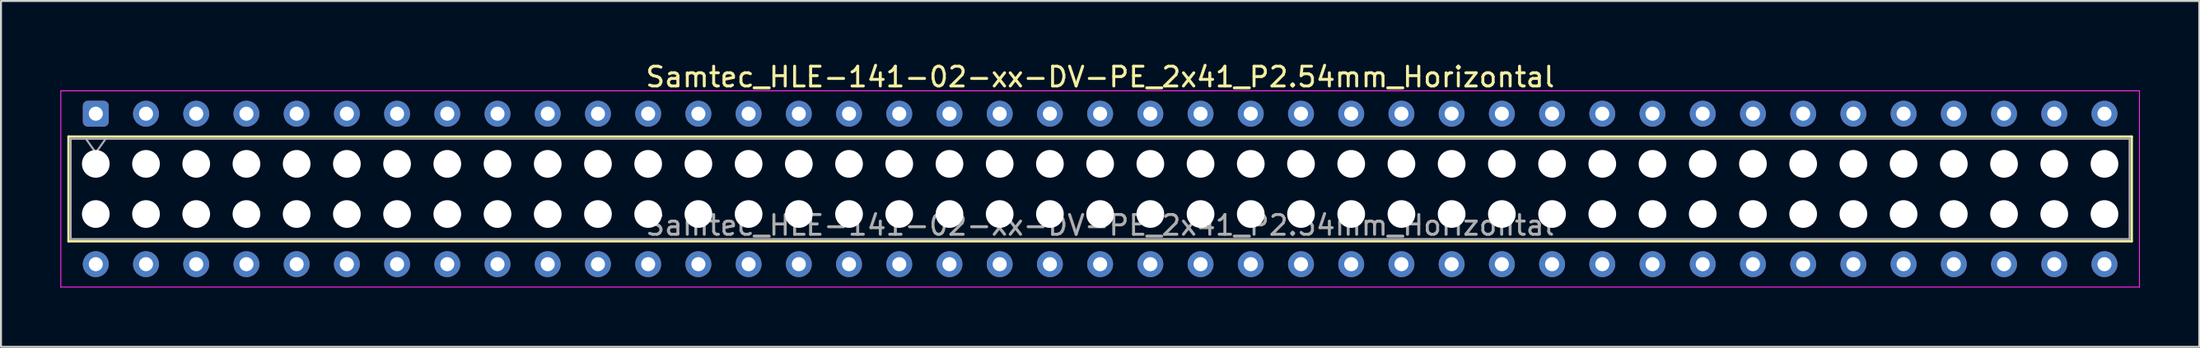
<source format=kicad_pcb>
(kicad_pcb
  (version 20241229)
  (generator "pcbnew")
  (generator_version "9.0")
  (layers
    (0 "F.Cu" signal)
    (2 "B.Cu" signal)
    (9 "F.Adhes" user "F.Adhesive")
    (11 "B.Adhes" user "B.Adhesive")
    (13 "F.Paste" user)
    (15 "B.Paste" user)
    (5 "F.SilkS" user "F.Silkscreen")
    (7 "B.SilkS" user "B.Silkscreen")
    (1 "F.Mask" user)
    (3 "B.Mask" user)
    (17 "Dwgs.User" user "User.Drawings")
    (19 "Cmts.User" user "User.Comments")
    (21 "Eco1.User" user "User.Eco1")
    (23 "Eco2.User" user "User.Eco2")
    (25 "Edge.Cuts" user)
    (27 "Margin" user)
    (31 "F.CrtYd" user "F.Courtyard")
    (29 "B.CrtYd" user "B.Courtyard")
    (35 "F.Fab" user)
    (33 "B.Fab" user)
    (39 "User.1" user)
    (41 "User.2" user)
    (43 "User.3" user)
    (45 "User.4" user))
  (footprint "Samtec_HLE-141-02-xx-DV-PE_2x41_P2.54mm_Horizontal"
    (layer "F.Cu")
    (at 1.795 2.708)
    (property "Reference" "Samtec_HLE-141-02-xx-DV-PE_2x41_P2.54mm_Horizontal" (at 50.8 -1.86 0) (layer "F.SilkS") (effects (font (size 1 1) (thickness 0.15))))
    (attr through_hole)
    (fp_line (start -1.38 1.16) (end 102.98 1.16) (stroke (width 0.12) (type solid)) (layer "F.SilkS"))
    (fp_line (start -1.38 6.46) (end -1.38 1.16) (stroke (width 0.12) (type solid)) (layer "F.SilkS"))
    (fp_line (start 102.98 1.16) (end 102.98 6.46) (stroke (width 0.12) (type solid)) (layer "F.SilkS"))
    (fp_line (start 102.98 6.46) (end -1.38 6.46) (stroke (width 0.12) (type solid)) (layer "F.SilkS"))
    (fp_line (start -1.77 -1.16) (end 103.37 -1.16) (stroke (width 0.05) (type solid)) (layer "F.CrtYd"))
    (fp_line (start -1.77 8.78) (end -1.77 -1.16) (stroke (width 0.05) (type solid)) (layer "F.CrtYd"))
    (fp_line (start 103.37 -1.16) (end 103.37 8.78) (stroke (width 0.05) (type solid)) (layer "F.CrtYd"))
    (fp_line (start 103.37 8.78) (end -1.77 8.78) (stroke (width 0.05) (type solid)) (layer "F.CrtYd"))
    (fp_line (start -1.27 1.27) (end 102.87 1.27) (stroke (width 0.1) (type solid)) (layer "F.Fab"))
    (fp_line (start -1.27 6.35) (end -1.27 1.27) (stroke (width 0.1) (type solid)) (layer "F.Fab"))
    (fp_line (start -0.5 1.27) (end 0 1.977) (stroke (width 0.1) (type solid)) (layer "F.Fab"))
    (fp_line (start 0 1.977) (end 0.5 1.27) (stroke (width 0.1) (type solid)) (layer "F.Fab"))
    (fp_line (start 102.87 1.27) (end 102.87 6.35) (stroke (width 0.1) (type solid)) (layer "F.Fab"))
    (fp_line (start 102.87 6.35) (end -1.27 6.35) (stroke (width 0.1) (type solid)) (layer "F.Fab"))
    (fp_text user "${REFERENCE}" (at 50.8 5.65 0) (layer "F.Fab") (effects (font (size 1 1) (thickness 0.15))))
    (pad "" np_thru_hole circle (at 0 2.54) (size 1.4 1.4) (drill 1.4) (layers "*.Cu" "*.Mask"))
    (pad "" np_thru_hole circle (at 0 5.08) (size 1.4 1.4) (drill 1.4) (layers "*.Cu" "*.Mask"))
    (pad "" np_thru_hole circle (at 2.54 2.54) (size 1.4 1.4) (drill 1.4) (layers "*.Cu" "*.Mask"))
    (pad "" np_thru_hole circle (at 2.54 5.08) (size 1.4 1.4) (drill 1.4) (layers "*.Cu" "*.Mask"))
    (pad "" np_thru_hole circle (at 5.08 2.54) (size 1.4 1.4) (drill 1.4) (layers "*.Cu" "*.Mask"))
    (pad "" np_thru_hole circle (at 5.08 5.08) (size 1.4 1.4) (drill 1.4) (layers "*.Cu" "*.Mask"))
    (pad "" np_thru_hole circle (at 7.62 2.54) (size 1.4 1.4) (drill 1.4) (layers "*.Cu" "*.Mask"))
    (pad "" np_thru_hole circle (at 7.62 5.08) (size 1.4 1.4) (drill 1.4) (layers "*.Cu" "*.Mask"))
    (pad "" np_thru_hole circle (at 10.16 2.54) (size 1.4 1.4) (drill 1.4) (layers "*.Cu" "*.Mask"))
    (pad "" np_thru_hole circle (at 10.16 5.08) (size 1.4 1.4) (drill 1.4) (layers "*.Cu" "*.Mask"))
    (pad "" np_thru_hole circle (at 12.7 2.54) (size 1.4 1.4) (drill 1.4) (layers "*.Cu" "*.Mask"))
    (pad "" np_thru_hole circle (at 12.7 5.08) (size 1.4 1.4) (drill 1.4) (layers "*.Cu" "*.Mask"))
    (pad "" np_thru_hole circle (at 15.24 2.54) (size 1.4 1.4) (drill 1.4) (layers "*.Cu" "*.Mask"))
    (pad "" np_thru_hole circle (at 15.24 5.08) (size 1.4 1.4) (drill 1.4) (layers "*.Cu" "*.Mask"))
    (pad "" np_thru_hole circle (at 17.78 2.54) (size 1.4 1.4) (drill 1.4) (layers "*.Cu" "*.Mask"))
    (pad "" np_thru_hole circle (at 17.78 5.08) (size 1.4 1.4) (drill 1.4) (layers "*.Cu" "*.Mask"))
    (pad "" np_thru_hole circle (at 20.32 2.54) (size 1.4 1.4) (drill 1.4) (layers "*.Cu" "*.Mask"))
    (pad "" np_thru_hole circle (at 20.32 5.08) (size 1.4 1.4) (drill 1.4) (layers "*.Cu" "*.Mask"))
    (pad "" np_thru_hole circle (at 22.86 2.54) (size 1.4 1.4) (drill 1.4) (layers "*.Cu" "*.Mask"))
    (pad "" np_thru_hole circle (at 22.86 5.08) (size 1.4 1.4) (drill 1.4) (layers "*.Cu" "*.Mask"))
    (pad "" np_thru_hole circle (at 25.4 2.54) (size 1.4 1.4) (drill 1.4) (layers "*.Cu" "*.Mask"))
    (pad "" np_thru_hole circle (at 25.4 5.08) (size 1.4 1.4) (drill 1.4) (layers "*.Cu" "*.Mask"))
    (pad "" np_thru_hole circle (at 27.94 2.54) (size 1.4 1.4) (drill 1.4) (layers "*.Cu" "*.Mask"))
    (pad "" np_thru_hole circle (at 27.94 5.08) (size 1.4 1.4) (drill 1.4) (layers "*.Cu" "*.Mask"))
    (pad "" np_thru_hole circle (at 30.48 2.54) (size 1.4 1.4) (drill 1.4) (layers "*.Cu" "*.Mask"))
    (pad "" np_thru_hole circle (at 30.48 5.08) (size 1.4 1.4) (drill 1.4) (layers "*.Cu" "*.Mask"))
    (pad "" np_thru_hole circle (at 33.02 2.54) (size 1.4 1.4) (drill 1.4) (layers "*.Cu" "*.Mask"))
    (pad "" np_thru_hole circle (at 33.02 5.08) (size 1.4 1.4) (drill 1.4) (layers "*.Cu" "*.Mask"))
    (pad "" np_thru_hole circle (at 35.56 2.54) (size 1.4 1.4) (drill 1.4) (layers "*.Cu" "*.Mask"))
    (pad "" np_thru_hole circle (at 35.56 5.08) (size 1.4 1.4) (drill 1.4) (layers "*.Cu" "*.Mask"))
    (pad "" np_thru_hole circle (at 38.1 2.54) (size 1.4 1.4) (drill 1.4) (layers "*.Cu" "*.Mask"))
    (pad "" np_thru_hole circle (at 38.1 5.08) (size 1.4 1.4) (drill 1.4) (layers "*.Cu" "*.Mask"))
    (pad "" np_thru_hole circle (at 40.64 2.54) (size 1.4 1.4) (drill 1.4) (layers "*.Cu" "*.Mask"))
    (pad "" np_thru_hole circle (at 40.64 5.08) (size 1.4 1.4) (drill 1.4) (layers "*.Cu" "*.Mask"))
    (pad "" np_thru_hole circle (at 43.18 2.54) (size 1.4 1.4) (drill 1.4) (layers "*.Cu" "*.Mask"))
    (pad "" np_thru_hole circle (at 43.18 5.08) (size 1.4 1.4) (drill 1.4) (layers "*.Cu" "*.Mask"))
    (pad "" np_thru_hole circle (at 45.72 2.54) (size 1.4 1.4) (drill 1.4) (layers "*.Cu" "*.Mask"))
    (pad "" np_thru_hole circle (at 45.72 5.08) (size 1.4 1.4) (drill 1.4) (layers "*.Cu" "*.Mask"))
    (pad "" np_thru_hole circle (at 48.26 2.54) (size 1.4 1.4) (drill 1.4) (layers "*.Cu" "*.Mask"))
    (pad "" np_thru_hole circle (at 48.26 5.08) (size 1.4 1.4) (drill 1.4) (layers "*.Cu" "*.Mask"))
    (pad "" np_thru_hole circle (at 50.8 2.54) (size 1.4 1.4) (drill 1.4) (layers "*.Cu" "*.Mask"))
    (pad "" np_thru_hole circle (at 50.8 5.08) (size 1.4 1.4) (drill 1.4) (layers "*.Cu" "*.Mask"))
    (pad "" np_thru_hole circle (at 53.34 2.54) (size 1.4 1.4) (drill 1.4) (layers "*.Cu" "*.Mask"))
    (pad "" np_thru_hole circle (at 53.34 5.08) (size 1.4 1.4) (drill 1.4) (layers "*.Cu" "*.Mask"))
    (pad "" np_thru_hole circle (at 55.88 2.54) (size 1.4 1.4) (drill 1.4) (layers "*.Cu" "*.Mask"))
    (pad "" np_thru_hole circle (at 55.88 5.08) (size 1.4 1.4) (drill 1.4) (layers "*.Cu" "*.Mask"))
    (pad "" np_thru_hole circle (at 58.42 2.54) (size 1.4 1.4) (drill 1.4) (layers "*.Cu" "*.Mask"))
    (pad "" np_thru_hole circle (at 58.42 5.08) (size 1.4 1.4) (drill 1.4) (layers "*.Cu" "*.Mask"))
    (pad "" np_thru_hole circle (at 60.96 2.54) (size 1.4 1.4) (drill 1.4) (layers "*.Cu" "*.Mask"))
    (pad "" np_thru_hole circle (at 60.96 5.08) (size 1.4 1.4) (drill 1.4) (layers "*.Cu" "*.Mask"))
    (pad "" np_thru_hole circle (at 63.5 2.54) (size 1.4 1.4) (drill 1.4) (layers "*.Cu" "*.Mask"))
    (pad "" np_thru_hole circle (at 63.5 5.08) (size 1.4 1.4) (drill 1.4) (layers "*.Cu" "*.Mask"))
    (pad "" np_thru_hole circle (at 66.04 2.54) (size 1.4 1.4) (drill 1.4) (layers "*.Cu" "*.Mask"))
    (pad "" np_thru_hole circle (at 66.04 5.08) (size 1.4 1.4) (drill 1.4) (layers "*.Cu" "*.Mask"))
    (pad "" np_thru_hole circle (at 68.58 2.54) (size 1.4 1.4) (drill 1.4) (layers "*.Cu" "*.Mask"))
    (pad "" np_thru_hole circle (at 68.58 5.08) (size 1.4 1.4) (drill 1.4) (layers "*.Cu" "*.Mask"))
    (pad "" np_thru_hole circle (at 71.12 2.54) (size 1.4 1.4) (drill 1.4) (layers "*.Cu" "*.Mask"))
    (pad "" np_thru_hole circle (at 71.12 5.08) (size 1.4 1.4) (drill 1.4) (layers "*.Cu" "*.Mask"))
    (pad "" np_thru_hole circle (at 73.66 2.54) (size 1.4 1.4) (drill 1.4) (layers "*.Cu" "*.Mask"))
    (pad "" np_thru_hole circle (at 73.66 5.08) (size 1.4 1.4) (drill 1.4) (layers "*.Cu" "*.Mask"))
    (pad "" np_thru_hole circle (at 76.2 2.54) (size 1.4 1.4) (drill 1.4) (layers "*.Cu" "*.Mask"))
    (pad "" np_thru_hole circle (at 76.2 5.08) (size 1.4 1.4) (drill 1.4) (layers "*.Cu" "*.Mask"))
    (pad "" np_thru_hole circle (at 78.74 2.54) (size 1.4 1.4) (drill 1.4) (layers "*.Cu" "*.Mask"))
    (pad "" np_thru_hole circle (at 78.74 5.08) (size 1.4 1.4) (drill 1.4) (layers "*.Cu" "*.Mask"))
    (pad "" np_thru_hole circle (at 81.28 2.54) (size 1.4 1.4) (drill 1.4) (layers "*.Cu" "*.Mask"))
    (pad "" np_thru_hole circle (at 81.28 5.08) (size 1.4 1.4) (drill 1.4) (layers "*.Cu" "*.Mask"))
    (pad "" np_thru_hole circle (at 83.82 2.54) (size 1.4 1.4) (drill 1.4) (layers "*.Cu" "*.Mask"))
    (pad "" np_thru_hole circle (at 83.82 5.08) (size 1.4 1.4) (drill 1.4) (layers "*.Cu" "*.Mask"))
    (pad "" np_thru_hole circle (at 86.36 2.54) (size 1.4 1.4) (drill 1.4) (layers "*.Cu" "*.Mask"))
    (pad "" np_thru_hole circle (at 86.36 5.08) (size 1.4 1.4) (drill 1.4) (layers "*.Cu" "*.Mask"))
    (pad "" np_thru_hole circle (at 88.9 2.54) (size 1.4 1.4) (drill 1.4) (layers "*.Cu" "*.Mask"))
    (pad "" np_thru_hole circle (at 88.9 5.08) (size 1.4 1.4) (drill 1.4) (layers "*.Cu" "*.Mask"))
    (pad "" np_thru_hole circle (at 91.44 2.54) (size 1.4 1.4) (drill 1.4) (layers "*.Cu" "*.Mask"))
    (pad "" np_thru_hole circle (at 91.44 5.08) (size 1.4 1.4) (drill 1.4) (layers "*.Cu" "*.Mask"))
    (pad "" np_thru_hole circle (at 93.98 2.54) (size 1.4 1.4) (drill 1.4) (layers "*.Cu" "*.Mask"))
    (pad "" np_thru_hole circle (at 93.98 5.08) (size 1.4 1.4) (drill 1.4) (layers "*.Cu" "*.Mask"))
    (pad "" np_thru_hole circle (at 96.52 2.54) (size 1.4 1.4) (drill 1.4) (layers "*.Cu" "*.Mask"))
    (pad "" np_thru_hole circle (at 96.52 5.08) (size 1.4 1.4) (drill 1.4) (layers "*.Cu" "*.Mask"))
    (pad "" np_thru_hole circle (at 99.06 2.54) (size 1.4 1.4) (drill 1.4) (layers "*.Cu" "*.Mask"))
    (pad "" np_thru_hole circle (at 99.06 5.08) (size 1.4 1.4) (drill 1.4) (layers "*.Cu" "*.Mask"))
    (pad "" np_thru_hole circle (at 101.6 2.54) (size 1.4 1.4) (drill 1.4) (layers "*.Cu" "*.Mask"))
    (pad "" np_thru_hole circle (at 101.6 5.08) (size 1.4 1.4) (drill 1.4) (layers "*.Cu" "*.Mask"))
    (pad "1" thru_hole roundrect (at 0 0) (size 1.31 1.31) (drill 0.71) (layers "*.Cu" "*.Mask") (roundrect_rratio 0.191))
    (pad "2" thru_hole circle (at 0 7.62) (size 1.31 1.31) (drill 0.71) (layers "*.Cu" "*.Mask"))
    (pad "3" thru_hole circle (at 2.54 0) (size 1.31 1.31) (drill 0.71) (layers "*.Cu" "*.Mask"))
    (pad "4" thru_hole circle (at 2.54 7.62) (size 1.31 1.31) (drill 0.71) (layers "*.Cu" "*.Mask"))
    (pad "5" thru_hole circle (at 5.08 0) (size 1.31 1.31) (drill 0.71) (layers "*.Cu" "*.Mask"))
    (pad "6" thru_hole circle (at 5.08 7.62) (size 1.31 1.31) (drill 0.71) (layers "*.Cu" "*.Mask"))
    (pad "7" thru_hole circle (at 7.62 0) (size 1.31 1.31) (drill 0.71) (layers "*.Cu" "*.Mask"))
    (pad "8" thru_hole circle (at 7.62 7.62) (size 1.31 1.31) (drill 0.71) (layers "*.Cu" "*.Mask"))
    (pad "9" thru_hole circle (at 10.16 0) (size 1.31 1.31) (drill 0.71) (layers "*.Cu" "*.Mask"))
    (pad "10" thru_hole circle (at 10.16 7.62) (size 1.31 1.31) (drill 0.71) (layers "*.Cu" "*.Mask"))
    (pad "11" thru_hole circle (at 12.7 0) (size 1.31 1.31) (drill 0.71) (layers "*.Cu" "*.Mask"))
    (pad "12" thru_hole circle (at 12.7 7.62) (size 1.31 1.31) (drill 0.71) (layers "*.Cu" "*.Mask"))
    (pad "13" thru_hole circle (at 15.24 0) (size 1.31 1.31) (drill 0.71) (layers "*.Cu" "*.Mask"))
    (pad "14" thru_hole circle (at 15.24 7.62) (size 1.31 1.31) (drill 0.71) (layers "*.Cu" "*.Mask"))
    (pad "15" thru_hole circle (at 17.78 0) (size 1.31 1.31) (drill 0.71) (layers "*.Cu" "*.Mask"))
    (pad "16" thru_hole circle (at 17.78 7.62) (size 1.31 1.31) (drill 0.71) (layers "*.Cu" "*.Mask"))
    (pad "17" thru_hole circle (at 20.32 0) (size 1.31 1.31) (drill 0.71) (layers "*.Cu" "*.Mask"))
    (pad "18" thru_hole circle (at 20.32 7.62) (size 1.31 1.31) (drill 0.71) (layers "*.Cu" "*.Mask"))
    (pad "19" thru_hole circle (at 22.86 0) (size 1.31 1.31) (drill 0.71) (layers "*.Cu" "*.Mask"))
    (pad "20" thru_hole circle (at 22.86 7.62) (size 1.31 1.31) (drill 0.71) (layers "*.Cu" "*.Mask"))
    (pad "21" thru_hole circle (at 25.4 0) (size 1.31 1.31) (drill 0.71) (layers "*.Cu" "*.Mask"))
    (pad "22" thru_hole circle (at 25.4 7.62) (size 1.31 1.31) (drill 0.71) (layers "*.Cu" "*.Mask"))
    (pad "23" thru_hole circle (at 27.94 0) (size 1.31 1.31) (drill 0.71) (layers "*.Cu" "*.Mask"))
    (pad "24" thru_hole circle (at 27.94 7.62) (size 1.31 1.31) (drill 0.71) (layers "*.Cu" "*.Mask"))
    (pad "25" thru_hole circle (at 30.48 0) (size 1.31 1.31) (drill 0.71) (layers "*.Cu" "*.Mask"))
    (pad "26" thru_hole circle (at 30.48 7.62) (size 1.31 1.31) (drill 0.71) (layers "*.Cu" "*.Mask"))
    (pad "27" thru_hole circle (at 33.02 0) (size 1.31 1.31) (drill 0.71) (layers "*.Cu" "*.Mask"))
    (pad "28" thru_hole circle (at 33.02 7.62) (size 1.31 1.31) (drill 0.71) (layers "*.Cu" "*.Mask"))
    (pad "29" thru_hole circle (at 35.56 0) (size 1.31 1.31) (drill 0.71) (layers "*.Cu" "*.Mask"))
    (pad "30" thru_hole circle (at 35.56 7.62) (size 1.31 1.31) (drill 0.71) (layers "*.Cu" "*.Mask"))
    (pad "31" thru_hole circle (at 38.1 0) (size 1.31 1.31) (drill 0.71) (layers "*.Cu" "*.Mask"))
    (pad "32" thru_hole circle (at 38.1 7.62) (size 1.31 1.31) (drill 0.71) (layers "*.Cu" "*.Mask"))
    (pad "33" thru_hole circle (at 40.64 0) (size 1.31 1.31) (drill 0.71) (layers "*.Cu" "*.Mask"))
    (pad "34" thru_hole circle (at 40.64 7.62) (size 1.31 1.31) (drill 0.71) (layers "*.Cu" "*.Mask"))
    (pad "35" thru_hole circle (at 43.18 0) (size 1.31 1.31) (drill 0.71) (layers "*.Cu" "*.Mask"))
    (pad "36" thru_hole circle (at 43.18 7.62) (size 1.31 1.31) (drill 0.71) (layers "*.Cu" "*.Mask"))
    (pad "37" thru_hole circle (at 45.72 0) (size 1.31 1.31) (drill 0.71) (layers "*.Cu" "*.Mask"))
    (pad "38" thru_hole circle (at 45.72 7.62) (size 1.31 1.31) (drill 0.71) (layers "*.Cu" "*.Mask"))
    (pad "39" thru_hole circle (at 48.26 0) (size 1.31 1.31) (drill 0.71) (layers "*.Cu" "*.Mask"))
    (pad "40" thru_hole circle (at 48.26 7.62) (size 1.31 1.31) (drill 0.71) (layers "*.Cu" "*.Mask"))
    (pad "41" thru_hole circle (at 50.8 0) (size 1.31 1.31) (drill 0.71) (layers "*.Cu" "*.Mask"))
    (pad "42" thru_hole circle (at 50.8 7.62) (size 1.31 1.31) (drill 0.71) (layers "*.Cu" "*.Mask"))
    (pad "43" thru_hole circle (at 53.34 0) (size 1.31 1.31) (drill 0.71) (layers "*.Cu" "*.Mask"))
    (pad "44" thru_hole circle (at 53.34 7.62) (size 1.31 1.31) (drill 0.71) (layers "*.Cu" "*.Mask"))
    (pad "45" thru_hole circle (at 55.88 0) (size 1.31 1.31) (drill 0.71) (layers "*.Cu" "*.Mask"))
    (pad "46" thru_hole circle (at 55.88 7.62) (size 1.31 1.31) (drill 0.71) (layers "*.Cu" "*.Mask"))
    (pad "47" thru_hole circle (at 58.42 0) (size 1.31 1.31) (drill 0.71) (layers "*.Cu" "*.Mask"))
    (pad "48" thru_hole circle (at 58.42 7.62) (size 1.31 1.31) (drill 0.71) (layers "*.Cu" "*.Mask"))
    (pad "49" thru_hole circle (at 60.96 0) (size 1.31 1.31) (drill 0.71) (layers "*.Cu" "*.Mask"))
    (pad "50" thru_hole circle (at 60.96 7.62) (size 1.31 1.31) (drill 0.71) (layers "*.Cu" "*.Mask"))
    (pad "51" thru_hole circle (at 63.5 0) (size 1.31 1.31) (drill 0.71) (layers "*.Cu" "*.Mask"))
    (pad "52" thru_hole circle (at 63.5 7.62) (size 1.31 1.31) (drill 0.71) (layers "*.Cu" "*.Mask"))
    (pad "53" thru_hole circle (at 66.04 0) (size 1.31 1.31) (drill 0.71) (layers "*.Cu" "*.Mask"))
    (pad "54" thru_hole circle (at 66.04 7.62) (size 1.31 1.31) (drill 0.71) (layers "*.Cu" "*.Mask"))
    (pad "55" thru_hole circle (at 68.58 0) (size 1.31 1.31) (drill 0.71) (layers "*.Cu" "*.Mask"))
    (pad "56" thru_hole circle (at 68.58 7.62) (size 1.31 1.31) (drill 0.71) (layers "*.Cu" "*.Mask"))
    (pad "57" thru_hole circle (at 71.12 0) (size 1.31 1.31) (drill 0.71) (layers "*.Cu" "*.Mask"))
    (pad "58" thru_hole circle (at 71.12 7.62) (size 1.31 1.31) (drill 0.71) (layers "*.Cu" "*.Mask"))
    (pad "59" thru_hole circle (at 73.66 0) (size 1.31 1.31) (drill 0.71) (layers "*.Cu" "*.Mask"))
    (pad "60" thru_hole circle (at 73.66 7.62) (size 1.31 1.31) (drill 0.71) (layers "*.Cu" "*.Mask"))
    (pad "61" thru_hole circle (at 76.2 0) (size 1.31 1.31) (drill 0.71) (layers "*.Cu" "*.Mask"))
    (pad "62" thru_hole circle (at 76.2 7.62) (size 1.31 1.31) (drill 0.71) (layers "*.Cu" "*.Mask"))
    (pad "63" thru_hole circle (at 78.74 0) (size 1.31 1.31) (drill 0.71) (layers "*.Cu" "*.Mask"))
    (pad "64" thru_hole circle (at 78.74 7.62) (size 1.31 1.31) (drill 0.71) (layers "*.Cu" "*.Mask"))
    (pad "65" thru_hole circle (at 81.28 0) (size 1.31 1.31) (drill 0.71) (layers "*.Cu" "*.Mask"))
    (pad "66" thru_hole circle (at 81.28 7.62) (size 1.31 1.31) (drill 0.71) (layers "*.Cu" "*.Mask"))
    (pad "67" thru_hole circle (at 83.82 0) (size 1.31 1.31) (drill 0.71) (layers "*.Cu" "*.Mask"))
    (pad "68" thru_hole circle (at 83.82 7.62) (size 1.31 1.31) (drill 0.71) (layers "*.Cu" "*.Mask"))
    (pad "69" thru_hole circle (at 86.36 0) (size 1.31 1.31) (drill 0.71) (layers "*.Cu" "*.Mask"))
    (pad "70" thru_hole circle (at 86.36 7.62) (size 1.31 1.31) (drill 0.71) (layers "*.Cu" "*.Mask"))
    (pad "71" thru_hole circle (at 88.9 0) (size 1.31 1.31) (drill 0.71) (layers "*.Cu" "*.Mask"))
    (pad "72" thru_hole circle (at 88.9 7.62) (size 1.31 1.31) (drill 0.71) (layers "*.Cu" "*.Mask"))
    (pad "73" thru_hole circle (at 91.44 0) (size 1.31 1.31) (drill 0.71) (layers "*.Cu" "*.Mask"))
    (pad "74" thru_hole circle (at 91.44 7.62) (size 1.31 1.31) (drill 0.71) (layers "*.Cu" "*.Mask"))
    (pad "75" thru_hole circle (at 93.98 0) (size 1.31 1.31) (drill 0.71) (layers "*.Cu" "*.Mask"))
    (pad "76" thru_hole circle (at 93.98 7.62) (size 1.31 1.31) (drill 0.71) (layers "*.Cu" "*.Mask"))
    (pad "77" thru_hole circle (at 96.52 0) (size 1.31 1.31) (drill 0.71) (layers "*.Cu" "*.Mask"))
    (pad "78" thru_hole circle (at 96.52 7.62) (size 1.31 1.31) (drill 0.71) (layers "*.Cu" "*.Mask"))
    (pad "79" thru_hole circle (at 99.06 0) (size 1.31 1.31) (drill 0.71) (layers "*.Cu" "*.Mask"))
    (pad "80" thru_hole circle (at 99.06 7.62) (size 1.31 1.31) (drill 0.71) (layers "*.Cu" "*.Mask"))
    (pad "81" thru_hole circle (at 101.6 0) (size 1.31 1.31) (drill 0.71) (layers "*.Cu" "*.Mask"))
    (pad "82" thru_hole circle (at 101.6 7.62) (size 1.31 1.31) (drill 0.71) (layers "*.Cu" "*.Mask")))
  (gr_rect
    (start -3 -3)
    (end 108.19 14.513)
    (stroke (width 0.1) (type default))
    (fill no)
    (layer "Edge.Cuts")))
</source>
